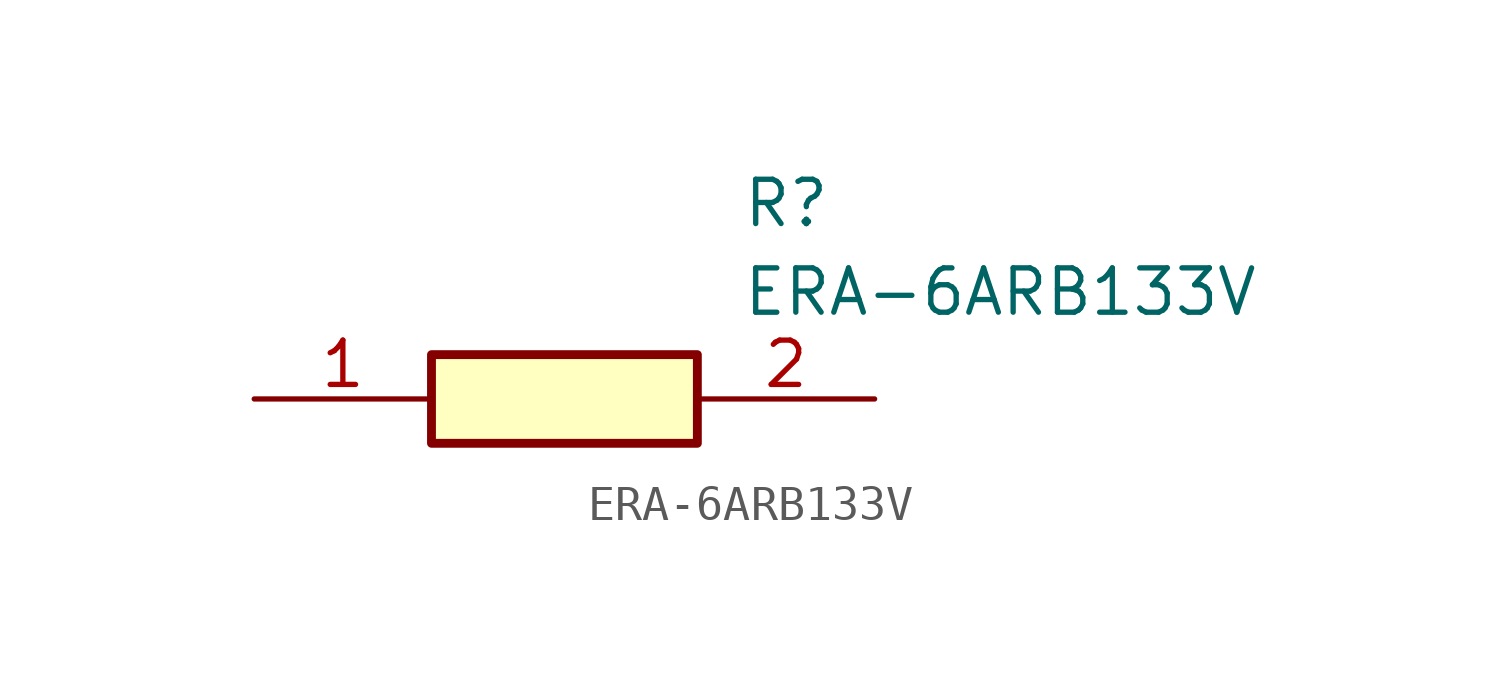
<source format=kicad_sym>
(kicad_symbol_lib
  (version 20211014)
  (generator SamacSys_ECAD_Model)
  (symbol "ERA-6ARB133V"
    (pin_names hide)
    (property "Reference" "R"
      (at 13.97 6.35 0)
      (effects (font (size 1.27 1.27)) (justify left top)))
    (property "Value" "ERA-6ARB133V"
      (at 13.97 3.81 0)
      (effects (font (size 1.27 1.27)) (justify left top)))
    (rectangle
      (start 5.08 1.27)
      (end 12.7 -1.27)
      (stroke (width 0.254) (type default))
      (fill (type background)))
    (pin passive line
      (at 0 0 0)
      (length 5.08)
      (name "1" (effects (font (size 1.27 1.27))))
      (number "1" (effects (font (size 1.27 1.27)))))
    (pin passive line
      (at 17.78 0 180)
      (length 5.08)
      (name "2" (effects (font (size 1.27 1.27))))
      (number "2" (effects (font (size 1.27 1.27)))))))
</source>
